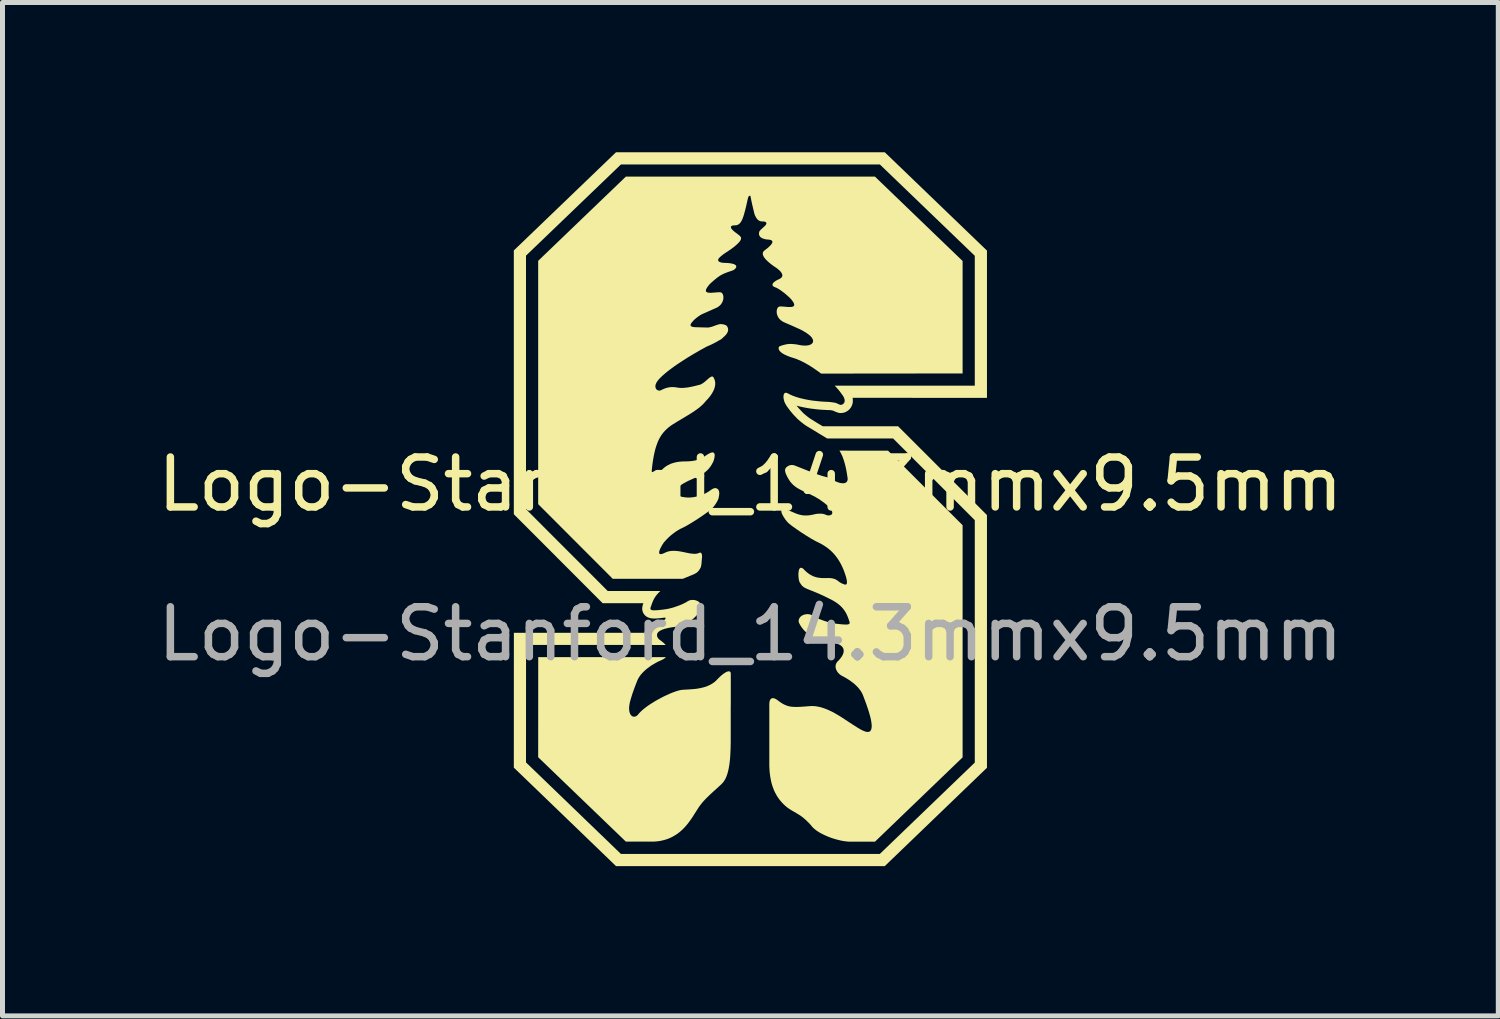
<source format=kicad_pcb>
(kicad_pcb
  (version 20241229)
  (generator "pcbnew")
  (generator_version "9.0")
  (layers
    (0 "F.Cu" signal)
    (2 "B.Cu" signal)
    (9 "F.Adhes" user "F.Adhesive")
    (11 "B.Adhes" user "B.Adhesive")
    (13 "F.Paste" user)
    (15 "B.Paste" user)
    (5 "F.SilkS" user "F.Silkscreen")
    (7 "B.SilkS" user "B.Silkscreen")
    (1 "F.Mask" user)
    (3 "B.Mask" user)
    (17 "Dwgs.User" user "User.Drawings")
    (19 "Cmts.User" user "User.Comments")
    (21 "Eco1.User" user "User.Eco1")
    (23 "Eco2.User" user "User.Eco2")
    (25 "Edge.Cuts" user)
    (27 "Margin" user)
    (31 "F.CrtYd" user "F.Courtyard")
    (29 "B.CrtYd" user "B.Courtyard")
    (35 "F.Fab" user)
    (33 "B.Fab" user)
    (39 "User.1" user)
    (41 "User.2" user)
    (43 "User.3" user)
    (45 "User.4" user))
  (footprint "Logo-Stanford_14.3mmx9.5mm"
    (layer "F.Cu")
    (at 11.982 7.15)
    (property "Reference" "Logo-Stanford_14.3mmx9.5mm" (at 0 -0.5 0) (unlocked yes) (layer "F.SilkS") (effects (font (size 1 1) (thickness 0.15))))
    (fp_poly (pts (xy -1.695 2.967) (xy -1.698 2.971) (xy -1.705 2.976) (xy -1.712 2.982) (xy -1.718 2.987) (xy -1.725 2.992) (xy -1.731 2.996) (xy -1.737 3) (xy -1.743 3.003) (xy -1.748 3.007) (xy -1.753 3.009) (xy -1.761 3.013) (xy -1.768 3.017) (xy -1.831 3.045) (xy -1.898 3.08) (xy -1.937 3.103) (xy -1.979 3.128) (xy -2.021 3.157) (xy -2.064 3.189) (xy -2.106 3.224) (xy -2.146 3.262) (xy -2.165 3.282) (xy -2.183 3.302) (xy -2.201 3.324) (xy -2.217 3.346) (xy -2.232 3.369) (xy -2.246 3.392) (xy -2.258 3.416) (xy -2.269 3.441) (xy -2.296 3.511) (xy -2.321 3.577) (xy -2.343 3.638) (xy -2.363 3.695) (xy -2.38 3.749) (xy -2.395 3.799) (xy -2.408 3.845) (xy -2.419 3.887) (xy -2.417 3.887) (xy -2.422 3.909) (xy -2.425 3.93) (xy -2.428 3.951) (xy -2.429 3.97) (xy -2.43 3.989) (xy -2.43 4.007) (xy -2.428 4.024) (xy -2.426 4.039) (xy -2.424 4.054) (xy -2.42 4.069) (xy -2.416 4.082) (xy -2.411 4.094) (xy -2.406 4.105) (xy -2.4 4.115) (xy -2.393 4.124) (xy -2.386 4.132) (xy -2.379 4.139) (xy -2.371 4.145) (xy -2.363 4.149) (xy -2.354 4.153) (xy -2.345 4.156) (xy -2.336 4.157) (xy -2.327 4.157) (xy -2.318 4.156) (xy -2.308 4.154) (xy -2.299 4.151) (xy -2.289 4.146) (xy -2.28 4.141) (xy -2.27 4.134) (xy -2.261 4.126) (xy -2.252 4.116) (xy -2.243 4.105) (xy -2.21 4.068) (xy -2.169 4.029) (xy -2.121 3.989) (xy -2.068 3.949) (xy -2.01 3.909) (xy -1.948 3.87) (xy -1.884 3.831) (xy -1.818 3.795) (xy -1.752 3.76) (xy -1.687 3.729) (xy -1.624 3.7) (xy -1.563 3.675) (xy -1.506 3.654) (xy -1.454 3.637) (xy -1.408 3.625) (xy -1.37 3.619) (xy -1.209 3.609) (xy -1.117 3.602) (xy -1.07 3.596) (xy -1.022 3.588) (xy -0.975 3.578) (xy -0.927 3.566) (xy -0.88 3.551) (xy -0.835 3.532) (xy -0.812 3.521) (xy -0.791 3.51) (xy -0.769 3.497) (xy -0.748 3.483) (xy -0.728 3.469) (xy -0.708 3.453) (xy -0.689 3.436) (xy -0.671 3.417) (xy -0.653 3.399) (xy -0.636 3.382) (xy -0.62 3.366) (xy -0.604 3.351) (xy -0.589 3.337) (xy -0.574 3.325) (xy -0.56 3.313) (xy -0.547 3.303) (xy -0.534 3.293) (xy -0.522 3.285) (xy -0.51 3.277) (xy -0.499 3.271) (xy -0.488 3.265) (xy -0.479 3.26) (xy -0.469 3.256) (xy -0.46 3.253) (xy -0.452 3.251) (xy -0.444 3.249) (xy -0.437 3.248) (xy -0.434 3.248) (xy -0.43 3.248) (xy -0.427 3.248) (xy -0.424 3.249) (xy -0.421 3.249) (xy -0.419 3.25) (xy -0.416 3.251) (xy -0.414 3.252) (xy -0.412 3.253) (xy -0.409 3.255) (xy -0.407 3.256) (xy -0.405 3.258) (xy -0.404 3.26) (xy -0.402 3.262) (xy -0.401 3.264) (xy -0.399 3.266) (xy -0.397 3.271) (xy -0.395 3.276) (xy -0.394 3.282) (xy -0.393 3.288) (xy -0.393 3.295) (xy -0.393 3.614) (xy -0.393 3.623) (xy -0.393 3.631) (xy -0.393 3.638) (xy -0.393 3.64) (xy -0.393 3.642) (xy -0.393 3.76) (xy -0.393 3.761) (xy -0.393 3.937) (xy -0.394 3.93) (xy -0.394 4.67) (xy -0.397 4.802) (xy -0.4 4.866) (xy -0.403 4.929) (xy -0.407 4.991) (xy -0.413 5.05) (xy -0.42 5.108) (xy -0.429 5.163) (xy -0.439 5.216) (xy -0.451 5.266) (xy -0.465 5.313) (xy -0.481 5.357) (xy -0.499 5.397) (xy -0.509 5.416) (xy -0.52 5.434) (xy -0.531 5.451) (xy -0.543 5.467) (xy -0.555 5.482) (xy -0.568 5.496) (xy -0.623 5.549) (xy -0.683 5.603) (xy -0.746 5.66) (xy -0.81 5.719) (xy -0.842 5.75) (xy -0.874 5.781) (xy -0.905 5.813) (xy -0.935 5.845) (xy -0.964 5.878) (xy -0.991 5.912) (xy -1.017 5.946) (xy -1.041 5.981) (xy -1.173 6.188) (xy -1.212 6.243) (xy -1.253 6.298) (xy -1.298 6.352) (xy -1.347 6.404) (xy -1.4 6.453) (xy -1.429 6.476) (xy -1.458 6.499) (xy -1.489 6.52) (xy -1.522 6.54) (xy -1.555 6.559) (xy -1.59 6.577) (xy -1.627 6.593) (xy -1.665 6.608) (xy -1.705 6.621) (xy -1.747 6.632) (xy -1.79 6.642) (xy -1.835 6.65) (xy -1.882 6.655) (xy -1.931 6.659) (xy -2.495 6.659) (xy -4.251 4.969) (xy -4.25 2.964) (xy -2.026 2.964) (xy -2.026 2.964) (xy -2.026 2.964) (xy -2.026 2.964) (xy -2.026 2.964) (xy -1.691 2.964)) (stroke (width 0) (type solid)) (fill yes) (layer "F.SilkS"))
    (fp_poly (pts (xy 4.739 -5.18) (xy 4.739 -5.18) (xy 4.739 -2.23) (xy 2.047 -2.231) (xy 2.049 -2.217) (xy 2.051 -2.203) (xy 2.052 -2.19) (xy 2.052 -2.177) (xy 2.052 -2.165) (xy 2.051 -2.153) (xy 2.05 -2.142) (xy 2.049 -2.131) (xy 2.047 -2.121) (xy 2.045 -2.111) (xy 2.042 -2.102) (xy 2.04 -2.094) (xy 2.037 -2.086) (xy 2.034 -2.079) (xy 2.031 -2.072) (xy 2.029 -2.067) (xy 2.021 -2.051) (xy 2.012 -2.036) (xy 2.002 -2.022) (xy 1.991 -2.009) (xy 1.979 -1.996) (xy 1.967 -1.985) (xy 1.953 -1.974) (xy 1.939 -1.964) (xy 1.925 -1.956) (xy 1.91 -1.948) (xy 1.894 -1.941) (xy 1.878 -1.936) (xy 1.862 -1.932) (xy 1.845 -1.929) (xy 1.828 -1.927) (xy 1.81 -1.926) (xy 1.804 -1.926) (xy 1.798 -1.926) (xy 1.792 -1.927) (xy 1.786 -1.927) (xy 1.78 -1.928) (xy 1.775 -1.929) (xy 1.769 -1.93) (xy 1.763 -1.931) (xy 1.699 -1.954) (xy 1.689 -1.959) (xy 1.679 -1.964) (xy 1.668 -1.968) (xy 1.663 -1.971) (xy 1.657 -1.973) (xy 1.651 -1.975) (xy 1.644 -1.977) (xy 1.637 -1.978) (xy 1.628 -1.98) (xy 1.62 -1.981) (xy 1.61 -1.983) (xy 1.6 -1.984) (xy 1.589 -1.985) (xy 1.579 -1.986) (xy 1.567 -1.986) (xy 1.561 -1.986) (xy 1.555 -1.986) (xy 1.54 -1.986) (xy 1.488 -1.989) (xy 1.425 -1.992) (xy 1.354 -1.998) (xy 1.275 -2.007) (xy 1.191 -2.018) (xy 1.103 -2.033) (xy 1.014 -2.051) (xy 0.97 -2.062) (xy 0.925 -2.074) (xy 0.936 -2.061) (xy 0.947 -2.047) (xy 0.959 -2.033) (xy 0.971 -2.019) (xy 0.984 -2.005) (xy 0.998 -1.99) (xy 1.012 -1.975) (xy 1.027 -1.96) (xy 1.032 -1.954) (xy 1.04 -1.945) (xy 1.049 -1.936) (xy 1.059 -1.926) (xy 1.069 -1.917) (xy 1.079 -1.907) (xy 1.091 -1.898) (xy 1.102 -1.888) (xy 1.115 -1.878) (xy 1.129 -1.866) (xy 1.144 -1.854) (xy 1.158 -1.844) (xy 1.171 -1.833) (xy 1.185 -1.824) (xy 1.198 -1.815) (xy 1.21 -1.806) (xy 1.223 -1.798) (xy 1.227 -1.797) (xy 1.25 -1.783) (xy 1.274 -1.767) (xy 1.298 -1.752) (xy 1.347 -1.722) (xy 1.397 -1.692) (xy 1.448 -1.662) (xy 1.448 -1.662) (xy 1.448 -1.662) (xy 1.448 -1.662) (xy 1.448 -1.662) (xy 1.448 -1.662) (xy 1.448 -1.662) (xy 1.448 -1.662) (xy 1.448 -1.662) (xy 1.449 -1.661) (xy 1.449 -1.661) (xy 1.45 -1.661) (xy 2.959 -1.661) (xy 4.739 0.118) (xy 4.739 5.18) (xy 2.692 7.15) (xy -2.692 7.15) (xy -4.739 5.177) (xy -4.739 5.073) (xy -4.495 5.073) (xy -2.594 6.906) (xy 2.593 6.906) (xy 4.495 5.076) (xy 4.495 0.22) (xy 2.858 -1.417) (xy 1.536 -1.417) (xy 1.159 -1.646) (xy 1.159 -1.646) (xy 1.159 -1.646) (xy 1.159 -1.646) (xy 1.159 -1.646) (xy 1.159 -1.646) (xy 1.158 -1.646) (xy 1.158 -1.646) (xy 1.158 -1.646) (xy 1.158 -1.646) (xy 1.158 -1.646) (xy 1.158 -1.646) (xy 1.158 -1.646) (xy 1.158 -1.646) (xy 1.139 -1.657) (xy 1.121 -1.669) (xy 1.102 -1.681) (xy 1.084 -1.694) (xy 1.066 -1.707) (xy 1.048 -1.721) (xy 1.03 -1.735) (xy 1.013 -1.749) (xy 0.998 -1.761) (xy 0.984 -1.773) (xy 0.971 -1.785) (xy 0.957 -1.797) (xy 0.945 -1.808) (xy 0.932 -1.82) (xy 0.921 -1.832) (xy 0.91 -1.845) (xy 0.888 -1.866) (xy 0.868 -1.888) (xy 0.848 -1.91) (xy 0.83 -1.932) (xy 0.812 -1.953) (xy 0.795 -1.974) (xy 0.779 -1.995) (xy 0.764 -2.015) (xy 0.75 -2.034) (xy 0.737 -2.052) (xy 0.725 -2.07) (xy 0.715 -2.086) (xy 0.706 -2.102) (xy 0.698 -2.116) (xy 0.692 -2.128) (xy 0.687 -2.14) (xy 0.683 -2.149) (xy 0.679 -2.159) (xy 0.676 -2.169) (xy 0.673 -2.179) (xy 0.671 -2.189) (xy 0.669 -2.199) (xy 0.667 -2.209) (xy 0.665 -2.219) (xy 0.664 -2.229) (xy 0.663 -2.238) (xy 0.663 -2.247) (xy 0.663 -2.256) (xy 0.663 -2.265) (xy 0.664 -2.273) (xy 0.665 -2.281) (xy 0.667 -2.289) (xy 0.668 -2.296) (xy 0.671 -2.302) (xy 0.674 -2.308) (xy 0.677 -2.314) (xy 0.68 -2.319) (xy 0.684 -2.323) (xy 0.689 -2.326) (xy 0.694 -2.329) (xy 0.699 -2.331) (xy 0.705 -2.332) (xy 0.711 -2.332) (xy 0.718 -2.332) (xy 0.725 -2.33) (xy 0.733 -2.328) (xy 0.741 -2.324) (xy 0.75 -2.32) (xy 0.798 -2.295) (xy 0.848 -2.273) (xy 0.901 -2.253) (xy 0.956 -2.236) (xy 1.013 -2.22) (xy 1.07 -2.207) (xy 1.127 -2.195) (xy 1.183 -2.185) (xy 1.239 -2.176) (xy 1.293 -2.17) (xy 1.393 -2.159) (xy 1.478 -2.153) (xy 1.545 -2.15) (xy 1.556 -2.15) (xy 1.574 -2.148) (xy 1.598 -2.146) (xy 1.624 -2.143) (xy 1.65 -2.139) (xy 1.675 -2.136) (xy 1.696 -2.132) (xy 1.704 -2.13) (xy 1.711 -2.128) (xy 1.723 -2.124) (xy 1.735 -2.118) (xy 1.748 -2.113) (xy 1.76 -2.107) (xy 1.787 -2.095) (xy 1.793 -2.093) (xy 1.799 -2.091) (xy 1.805 -2.09) (xy 1.811 -2.09) (xy 1.818 -2.091) (xy 1.824 -2.092) (xy 1.831 -2.093) (xy 1.837 -2.095) (xy 1.843 -2.098) (xy 1.849 -2.101) (xy 1.855 -2.105) (xy 1.86 -2.11) (xy 1.866 -2.115) (xy 1.87 -2.12) (xy 1.875 -2.126) (xy 1.879 -2.133) (xy 1.882 -2.14) (xy 1.885 -2.147) (xy 1.887 -2.155) (xy 1.888 -2.164) (xy 1.889 -2.173) (xy 1.888 -2.182) (xy 1.887 -2.192) (xy 1.885 -2.203) (xy 1.882 -2.214) (xy 1.879 -2.225) (xy 1.873 -2.237) (xy 1.867 -2.249) (xy 1.86 -2.262) (xy 1.852 -2.275) (xy 1.842 -2.289) (xy 1.831 -2.303) (xy 1.817 -2.323) (xy 1.803 -2.343) (xy 1.787 -2.364) (xy 1.769 -2.385) (xy 1.751 -2.407) (xy 1.731 -2.429) (xy 1.711 -2.452) (xy 1.689 -2.474) (xy 4.495 -2.474) (xy 4.495 -5.076) (xy 2.593 -6.906) (xy -2.593 -6.906) (xy -4.495 -5.079) (xy -4.495 0.000074) (xy -2.858 1.639) (xy -1.803 1.639) (xy -1.814 1.649) (xy -1.824 1.659) (xy -1.843 1.678) (xy -1.861 1.698) (xy -1.877 1.717) (xy -1.892 1.736) (xy -1.905 1.755) (xy -1.917 1.773) (xy -1.927 1.791) (xy -1.936 1.808) (xy -1.945 1.825) (xy -1.952 1.841) (xy -1.958 1.856) (xy -1.969 1.883) (xy -1.977 1.905) (xy -1.991 1.945) (xy -1.997 1.961) (xy -2.001 1.976) (xy -2.003 1.989) (xy -2.003 1.995) (xy -2.001 2) (xy -1.999 2.005) (xy -1.997 2.009) (xy -1.992 2.013) (xy -1.987 2.016) (xy -1.981 2.019) (xy -1.973 2.022) (xy -1.954 2.025) (xy -1.928 2.026) (xy -1.896 2.025) (xy -1.857 2.023) (xy -1.81 2.018) (xy -1.754 2.012) (xy -1.69 2.003) (xy -1.667 1.999) (xy -1.641 1.994) (xy -1.615 1.988) (xy -1.587 1.981) (xy -1.558 1.973) (xy -1.528 1.964) (xy -1.467 1.943) (xy -1.437 1.932) (xy -1.408 1.921) (xy -1.379 1.909) (xy -1.351 1.896) (xy -1.325 1.884) (xy -1.3 1.871) (xy -1.278 1.858) (xy -1.258 1.846) (xy -1.248 1.84) (xy -1.238 1.835) (xy -1.228 1.83) (xy -1.217 1.826) (xy -1.206 1.823) (xy -1.195 1.821) (xy -1.183 1.819) (xy -1.171 1.818) (xy -1.159 1.818) (xy -1.147 1.818) (xy -1.135 1.819) (xy -1.123 1.82) (xy -1.111 1.822) (xy -1.1 1.825) (xy -1.088 1.829) (xy -1.077 1.833) (xy -1.066 1.837) (xy -1.055 1.843) (xy -1.045 1.848) (xy -1.036 1.855) (xy -1.027 1.862) (xy -1.019 1.869) (xy -1.011 1.878) (xy -1.004 1.886) (xy -0.998 1.896) (xy -0.993 1.906) (xy -0.988 1.916) (xy -0.985 1.927) (xy -0.983 1.939) (xy -0.981 1.951) (xy -0.981 1.964) (xy -0.982 1.977) (xy -0.991 1.997) (xy -1.001 2.017) (xy -1.023 2.055) (xy -1.048 2.091) (xy -1.075 2.125) (xy -1.105 2.157) (xy -1.137 2.187) (xy -1.171 2.215) (xy -1.207 2.241) (xy -1.245 2.264) (xy -1.283 2.285) (xy -1.323 2.304) (xy -1.364 2.32) (xy -1.405 2.334) (xy -1.447 2.345) (xy -1.489 2.354) (xy -1.532 2.361) (xy -1.578 2.367) (xy -1.62 2.374) (xy -1.658 2.382) (xy -1.692 2.39) (xy -1.722 2.398) (xy -1.749 2.408) (xy -1.773 2.417) (xy -1.794 2.427) (xy -1.812 2.437) (xy -1.827 2.447) (xy -1.84 2.458) (xy -1.85 2.468) (xy -1.858 2.479) (xy -1.864 2.489) (xy -1.868 2.5) (xy -1.871 2.51) (xy -1.871 2.521) (xy -1.871 2.53) (xy -1.869 2.54) (xy -1.867 2.549) (xy -1.864 2.558) (xy -1.86 2.567) (xy -1.855 2.575) (xy -1.85 2.582) (xy -1.841 2.595) (xy -1.832 2.604) (xy -1.824 2.612) (xy -1.813 2.62) (xy -1.803 2.627) (xy -1.794 2.634) (xy -1.784 2.641) (xy -1.775 2.648) (xy -1.766 2.655) (xy -1.758 2.662) (xy -1.75 2.668) (xy -1.742 2.675) (xy -1.735 2.682) (xy -1.728 2.688) (xy -1.721 2.695) (xy -1.715 2.701) (xy -1.709 2.708) (xy -1.703 2.714) (xy -1.697 2.721) (xy -1.948 2.721) (xy -1.948 2.721) (xy -1.948 2.721) (xy -1.948 2.72) (xy -1.948 2.72) (xy -1.948 2.72) (xy -1.948 2.72) (xy -1.948 2.72) (xy -1.948 2.72) (xy -1.948 2.72) (xy -1.948 2.72) (xy -1.948 2.72) (xy -1.948 2.72) (xy -1.948 2.72) (xy -1.948 2.72) (xy -1.948 2.72) (xy -1.948 2.72) (xy -1.948 2.72) (xy -1.948 2.72) (xy -4.494 2.72) (xy -4.495 5.073) (xy -4.739 5.073) (xy -4.738 2.476) (xy -2.03 2.476) (xy -2.028 2.465) (xy -2.028 2.462) (xy -2.027 2.459) (xy -2.026 2.456) (xy -2.026 2.454) (xy -2.022 2.444) (xy -2.019 2.434) (xy -2.015 2.425) (xy -2.011 2.416) (xy -2.002 2.399) (xy -1.991 2.383) (xy -1.979 2.367) (xy -1.967 2.353) (xy -1.953 2.339) (xy -1.938 2.326) (xy -1.922 2.314) (xy -1.906 2.303) (xy -1.889 2.292) (xy -1.871 2.282) (xy -1.852 2.273) (xy -1.833 2.265) (xy -1.814 2.257) (xy -1.794 2.249) (xy -1.782 2.246) (xy -1.771 2.242) (xy -1.762 2.238) (xy -1.753 2.234) (xy -1.745 2.23) (xy -1.737 2.227) (xy -1.731 2.223) (xy -1.725 2.22) (xy -1.72 2.216) (xy -1.716 2.213) (xy -1.712 2.209) (xy -1.709 2.206) (xy -1.706 2.203) (xy -1.704 2.2) (xy -1.702 2.197) (xy -1.701 2.195) (xy -1.7 2.192) (xy -1.7 2.189) (xy -1.7 2.187) (xy -1.7 2.185) (xy -1.7 2.183) (xy -1.7 2.181) (xy -1.701 2.179) (xy -1.702 2.177) (xy -1.702 2.176) (xy -1.703 2.175) (xy -1.705 2.173) (xy -1.706 2.171) (xy -1.706 2.171) (xy -1.706 2.171) (xy -1.706 2.171) (xy -1.707 2.171) (xy -1.707 2.171) (xy -1.707 2.171) (xy -1.707 2.171) (xy -1.744 2.175) (xy -1.777 2.179) (xy -1.808 2.183) (xy -1.836 2.185) (xy -1.861 2.187) (xy -1.884 2.189) (xy -1.905 2.19) (xy -1.924 2.19) (xy -1.942 2.19) (xy -1.965 2.188) (xy -1.978 2.187) (xy -1.992 2.185) (xy -2.006 2.182) (xy -2.02 2.179) (xy -2.035 2.174) (xy -2.05 2.168) (xy -2.065 2.161) (xy -2.072 2.157) (xy -2.08 2.152) (xy -2.087 2.147) (xy -2.094 2.142) (xy -2.101 2.136) (xy -2.108 2.13) (xy -2.114 2.123) (xy -2.121 2.116) (xy -2.127 2.109) (xy -2.133 2.101) (xy -2.138 2.093) (xy -2.142 2.085) (xy -2.147 2.078) (xy -2.15 2.07) (xy -2.153 2.063) (xy -2.156 2.055) (xy -2.159 2.047) (xy -2.161 2.04) (xy -2.163 2.032) (xy -2.164 2.025) (xy -2.165 2.018) (xy -2.166 2.01) (xy -2.167 1.996) (xy -2.167 1.981) (xy -2.165 1.967) (xy -2.164 1.954) (xy -2.161 1.941) (xy -2.158 1.928) (xy -2.155 1.916) (xy -2.151 1.904) (xy -2.143 1.883) (xy -2.96 1.883) (xy -4.739 0.101) (xy -4.739 -5.183) (xy -2.692 -7.15) (xy 2.692 -7.15)) (stroke (width 0) (type solid)) (fill yes) (layer "F.SilkS"))
    (fp_poly (pts (xy 2.757 -1.172) (xy 4.251 0.321) (xy 4.251 4.972) (xy 2.495 6.661) (xy 2.002 6.661) (xy 1.952 6.659) (xy 1.9 6.653) (xy 1.846 6.645) (xy 1.791 6.633) (xy 1.735 6.619) (xy 1.679 6.603) (xy 1.623 6.585) (xy 1.569 6.565) (xy 1.516 6.543) (xy 1.465 6.519) (xy 1.418 6.495) (xy 1.373 6.47) (xy 1.333 6.444) (xy 1.297 6.417) (xy 1.266 6.391) (xy 1.252 6.377) (xy 1.24 6.364) (xy 1.217 6.336) (xy 1.194 6.31) (xy 1.171 6.286) (xy 1.149 6.264) (xy 1.128 6.243) (xy 1.108 6.224) (xy 1.087 6.206) (xy 1.068 6.189) (xy 1.03 6.159) (xy 0.993 6.133) (xy 0.958 6.111) (xy 0.924 6.09) (xy 0.858 6.052) (xy 0.826 6.034) (xy 0.795 6.014) (xy 0.763 5.993) (xy 0.73 5.969) (xy 0.697 5.941) (xy 0.681 5.926) (xy 0.664 5.91) (xy 0.624 5.868) (xy 0.588 5.825) (xy 0.556 5.781) (xy 0.527 5.736) (xy 0.502 5.691) (xy 0.479 5.645) (xy 0.46 5.598) (xy 0.443 5.551) (xy 0.428 5.503) (xy 0.416 5.454) (xy 0.406 5.405) (xy 0.397 5.355) (xy 0.391 5.305) (xy 0.385 5.255) (xy 0.382 5.204) (xy 0.379 5.153) (xy 0.379 3.93) (xy 0.378 3.919) (xy 0.378 3.908) (xy 0.379 3.894) (xy 0.38 3.877) (xy 0.383 3.86) (xy 0.387 3.842) (xy 0.39 3.833) (xy 0.394 3.825) (xy 0.398 3.817) (xy 0.402 3.81) (xy 0.408 3.804) (xy 0.414 3.798) (xy 0.42 3.793) (xy 0.428 3.789) (xy 0.436 3.787) (xy 0.445 3.785) (xy 0.455 3.786) (xy 0.467 3.787) (xy 0.479 3.79) (xy 0.492 3.795) (xy 0.506 3.802) (xy 0.522 3.811) (xy 0.538 3.822) (xy 0.556 3.835) (xy 0.592 3.862) (xy 0.626 3.885) (xy 0.659 3.904) (xy 0.692 3.92) (xy 0.724 3.933) (xy 0.756 3.944) (xy 0.79 3.952) (xy 0.824 3.957) (xy 0.86 3.96) (xy 0.898 3.962) (xy 0.938 3.962) (xy 0.982 3.96) (xy 1.079 3.954) (xy 1.193 3.945) (xy 1.224 3.943) (xy 1.256 3.944) (xy 1.287 3.946) (xy 1.318 3.949) (xy 1.35 3.955) (xy 1.381 3.961) (xy 1.413 3.969) (xy 1.444 3.978) (xy 1.507 4) (xy 1.568 4.026) (xy 1.629 4.054) (xy 1.688 4.086) (xy 1.746 4.119) (xy 1.801 4.152) (xy 1.906 4.22) (xy 1.999 4.282) (xy 2.078 4.333) (xy 2.156 4.382) (xy 2.199 4.407) (xy 2.242 4.43) (xy 2.284 4.448) (xy 2.323 4.46) (xy 2.341 4.462) (xy 2.358 4.462) (xy 2.374 4.46) (xy 2.388 4.454) (xy 2.4 4.445) (xy 2.411 4.432) (xy 2.419 4.415) (xy 2.425 4.395) (xy 2.429 4.37) (xy 2.43 4.34) (xy 2.428 4.305) (xy 2.423 4.265) (xy 2.415 4.22) (xy 2.404 4.169) (xy 2.37 4.048) (xy 2.321 3.902) (xy 2.255 3.726) (xy 2.247 3.708) (xy 2.239 3.69) (xy 2.23 3.673) (xy 2.219 3.656) (xy 2.209 3.639) (xy 2.197 3.623) (xy 2.172 3.591) (xy 2.146 3.561) (xy 2.117 3.532) (xy 2.088 3.505) (xy 2.057 3.48) (xy 2.026 3.456) (xy 1.995 3.433) (xy 1.964 3.413) (xy 1.934 3.394) (xy 1.905 3.377) (xy 1.877 3.361) (xy 1.828 3.335) (xy 1.813 3.327) (xy 1.799 3.316) (xy 1.784 3.304) (xy 1.77 3.29) (xy 1.756 3.275) (xy 1.743 3.258) (xy 1.732 3.24) (xy 1.727 3.23) (xy 1.722 3.22) (xy 1.718 3.211) (xy 1.714 3.2) (xy 1.711 3.19) (xy 1.709 3.18) (xy 1.707 3.169) (xy 1.706 3.159) (xy 1.706 3.148) (xy 1.707 3.137) (xy 1.708 3.126) (xy 1.711 3.115) (xy 1.714 3.104) (xy 1.718 3.093) (xy 1.724 3.083) (xy 1.73 3.072) (xy 1.738 3.061) (xy 1.746 3.05) (xy 1.755 3.043) (xy 1.776 3.021) (xy 1.789 3.006) (xy 1.803 2.989) (xy 1.818 2.969) (xy 1.832 2.948) (xy 1.845 2.925) (xy 1.851 2.913) (xy 1.856 2.901) (xy 1.86 2.889) (xy 1.864 2.877) (xy 1.867 2.864) (xy 1.868 2.852) (xy 1.869 2.839) (xy 1.869 2.827) (xy 1.867 2.814) (xy 1.864 2.802) (xy 1.86 2.79) (xy 1.854 2.778) (xy 1.846 2.766) (xy 1.837 2.755) (xy 1.83 2.747) (xy 1.821 2.739) (xy 1.811 2.731) (xy 1.8 2.723) (xy 1.787 2.716) (xy 1.772 2.708) (xy 1.756 2.701) (xy 1.737 2.693) (xy 1.717 2.686) (xy 1.695 2.68) (xy 1.671 2.673) (xy 1.645 2.667) (xy 1.617 2.661) (xy 1.586 2.656) (xy 1.553 2.651) (xy 1.518 2.646) (xy 1.475 2.639) (xy 1.433 2.63) (xy 1.391 2.619) (xy 1.35 2.605) (xy 1.309 2.589) (xy 1.269 2.57) (xy 1.23 2.549) (xy 1.193 2.526) (xy 1.157 2.5) (xy 1.14 2.486) (xy 1.123 2.472) (xy 1.107 2.458) (xy 1.091 2.442) (xy 1.075 2.427) (xy 1.061 2.41) (xy 1.047 2.393) (xy 1.033 2.376) (xy 1.021 2.358) (xy 1.009 2.34) (xy 0.997 2.321) (xy 0.987 2.302) (xy 0.977 2.282) (xy 0.968 2.262) (xy 0.967 2.249) (xy 0.967 2.236) (xy 0.968 2.224) (xy 0.971 2.212) (xy 0.974 2.201) (xy 0.979 2.191) (xy 0.984 2.181) (xy 0.99 2.171) (xy 0.997 2.163) (xy 1.004 2.155) (xy 1.013 2.147) (xy 1.022 2.14) (xy 1.031 2.133) (xy 1.041 2.128) (xy 1.052 2.122) (xy 1.063 2.118) (xy 1.074 2.114) (xy 1.085 2.11) (xy 1.097 2.108) (xy 1.109 2.105) (xy 1.121 2.104) (xy 1.133 2.103) (xy 1.145 2.103) (xy 1.157 2.103) (xy 1.169 2.104) (xy 1.18 2.106) (xy 1.192 2.109) (xy 1.203 2.112) (xy 1.214 2.115) (xy 1.224 2.12) (xy 1.234 2.125) (xy 1.244 2.131) (xy 1.264 2.143) (xy 1.286 2.156) (xy 1.311 2.169) (xy 1.337 2.181) (xy 1.365 2.194) (xy 1.393 2.206) (xy 1.453 2.228) (xy 1.514 2.249) (xy 1.572 2.266) (xy 1.601 2.273) (xy 1.627 2.279) (xy 1.652 2.284) (xy 1.676 2.288) (xy 1.74 2.297) (xy 1.796 2.303) (xy 1.843 2.308) (xy 1.864 2.309) (xy 1.882 2.31) (xy 1.899 2.311) (xy 1.914 2.311) (xy 1.928 2.311) (xy 1.94 2.31) (xy 1.95 2.308) (xy 1.959 2.307) (xy 1.967 2.304) (xy 1.973 2.301) (xy 1.978 2.298) (xy 1.982 2.294) (xy 1.985 2.29) (xy 1.987 2.285) (xy 1.988 2.28) (xy 1.989 2.274) (xy 1.988 2.268) (xy 1.987 2.261) (xy 1.985 2.254) (xy 1.983 2.247) (xy 1.977 2.23) (xy 1.963 2.19) (xy 1.951 2.159) (xy 1.944 2.141) (xy 1.935 2.121) (xy 1.925 2.099) (xy 1.913 2.076) (xy 1.898 2.052) (xy 1.882 2.027) (xy 1.863 2.002) (xy 1.841 1.976) (xy 1.816 1.949) (xy 1.788 1.923) (xy 1.772 1.91) (xy 1.756 1.897) (xy 1.739 1.884) (xy 1.721 1.872) (xy 1.702 1.859) (xy 1.682 1.847) (xy 1.661 1.834) (xy 1.639 1.822) (xy 1.592 1.798) (xy 1.548 1.776) (xy 1.507 1.756) (xy 1.468 1.737) (xy 1.431 1.72) (xy 1.397 1.705) (xy 1.334 1.677) (xy 1.279 1.654) (xy 1.231 1.635) (xy 1.153 1.604) (xy 1.121 1.59) (xy 1.108 1.583) (xy 1.094 1.577) (xy 1.082 1.57) (xy 1.071 1.563) (xy 1.06 1.555) (xy 1.05 1.547) (xy 1.041 1.539) (xy 1.032 1.529) (xy 1.023 1.519) (xy 1.015 1.508) (xy 1.007 1.496) (xy 0.999 1.483) (xy 0.99 1.469) (xy 0.982 1.453) (xy 0.978 1.441) (xy 0.973 1.424) (xy 0.969 1.403) (xy 0.966 1.378) (xy 0.963 1.352) (xy 0.962 1.324) (xy 0.962 1.296) (xy 0.964 1.269) (xy 0.967 1.243) (xy 0.969 1.232) (xy 0.972 1.22) (xy 0.975 1.21) (xy 0.979 1.201) (xy 0.984 1.193) (xy 0.989 1.186) (xy 0.994 1.181) (xy 1.001 1.177) (xy 1.008 1.174) (xy 1.016 1.174) (xy 1.024 1.175) (xy 1.034 1.178) (xy 1.044 1.183) (xy 1.055 1.191) (xy 1.056 1.192) (xy 1.057 1.192) (xy 1.057 1.192) (xy 1.057 1.192) (xy 1.058 1.193) (xy 1.058 1.193) (xy 1.058 1.193) (xy 1.058 1.193) (xy 1.059 1.193) (xy 1.059 1.193) (xy 1.059 1.193) (xy 1.077 1.213) (xy 1.087 1.223) (xy 1.097 1.233) (xy 1.108 1.243) (xy 1.119 1.253) (xy 1.125 1.258) (xy 1.131 1.263) (xy 1.137 1.268) (xy 1.143 1.273) (xy 1.166 1.29) (xy 1.189 1.306) (xy 1.212 1.319) (xy 1.235 1.331) (xy 1.257 1.342) (xy 1.28 1.351) (xy 1.303 1.358) (xy 1.327 1.365) (xy 1.351 1.37) (xy 1.376 1.374) (xy 1.401 1.377) (xy 1.428 1.379) (xy 1.456 1.38) (xy 1.485 1.38) (xy 1.549 1.38) (xy 1.565 1.379) (xy 1.581 1.38) (xy 1.595 1.38) (xy 1.609 1.382) (xy 1.622 1.383) (xy 1.634 1.385) (xy 1.645 1.387) (xy 1.656 1.389) (xy 1.667 1.392) (xy 1.676 1.395) (xy 1.685 1.398) (xy 1.694 1.401) (xy 1.702 1.405) (xy 1.71 1.409) (xy 1.717 1.413) (xy 1.724 1.417) (xy 1.731 1.421) (xy 1.737 1.425) (xy 1.749 1.433) (xy 1.772 1.451) (xy 1.783 1.459) (xy 1.795 1.467) (xy 1.8 1.471) (xy 1.807 1.474) (xy 1.813 1.478) (xy 1.819 1.481) (xy 1.847 1.494) (xy 1.861 1.5) (xy 1.875 1.505) (xy 1.888 1.509) (xy 1.9 1.511) (xy 1.905 1.511) (xy 1.91 1.51) (xy 1.915 1.508) (xy 1.919 1.506) (xy 1.923 1.503) (xy 1.927 1.499) (xy 1.929 1.494) (xy 1.932 1.487) (xy 1.933 1.48) (xy 1.934 1.471) (xy 1.934 1.462) (xy 1.934 1.45) (xy 1.933 1.438) (xy 1.931 1.424) (xy 1.928 1.408) (xy 1.924 1.391) (xy 1.914 1.352) (xy 1.899 1.305) (xy 1.881 1.253) (xy 1.861 1.202) (xy 1.839 1.152) (xy 1.816 1.104) (xy 1.79 1.058) (xy 1.763 1.013) (xy 1.733 0.97) (xy 1.701 0.928) (xy 1.667 0.888) (xy 1.63 0.85) (xy 1.59 0.814) (xy 1.548 0.779) (xy 1.502 0.747) (xy 1.454 0.716) (xy 1.403 0.687) (xy 1.348 0.66) (xy 1.319 0.646) (xy 1.285 0.628) (xy 1.204 0.582) (xy 1.114 0.526) (xy 1.019 0.465) (xy 0.928 0.403) (xy 0.846 0.345) (xy 0.812 0.319) (xy 0.782 0.295) (xy 0.758 0.274) (xy 0.741 0.257) (xy 0.741 0.257) (xy 0.728 0.241) (xy 0.713 0.223) (xy 0.697 0.202) (xy 0.682 0.179) (xy 0.667 0.156) (xy 0.653 0.132) (xy 0.64 0.108) (xy 0.635 0.096) (xy 0.63 0.085) (xy 0.626 0.074) (xy 0.623 0.064) (xy 0.621 0.054) (xy 0.62 0.044) (xy 0.62 0.035) (xy 0.62 0.028) (xy 0.622 0.02) (xy 0.626 0.014) (xy 0.631 0.009) (xy 0.637 0.005) (xy 0.644 0.002) (xy 0.654 -0.0003) (xy 0.664 -0.001) (xy 0.677 -0.000062) (xy 0.691 0.002) (xy 0.708 0.006) (xy 0.741 0.016) (xy 0.773 0.027) (xy 0.804 0.04) (xy 0.834 0.053) (xy 0.894 0.079) (xy 0.924 0.091) (xy 0.956 0.102) (xy 0.989 0.111) (xy 1.024 0.119) (xy 1.061 0.124) (xy 1.102 0.126) (xy 1.123 0.126) (xy 1.146 0.125) (xy 1.169 0.123) (xy 1.193 0.12) (xy 1.219 0.116) (xy 1.245 0.111) (xy 1.273 0.105) (xy 1.302 0.098) (xy 1.324 0.094) (xy 1.347 0.092) (xy 1.377 0.09) (xy 1.394 0.09) (xy 1.411 0.09) (xy 1.428 0.091) (xy 1.446 0.093) (xy 1.463 0.096) (xy 1.48 0.101) (xy 1.497 0.106) (xy 1.505 0.109) (xy 1.512 0.113) (xy 1.52 0.117) (xy 1.529 0.12) (xy 1.547 0.124) (xy 1.566 0.125) (xy 1.585 0.124) (xy 1.594 0.122) (xy 1.603 0.119) (xy 1.611 0.116) (xy 1.619 0.112) (xy 1.625 0.107) (xy 1.631 0.101) (xy 1.635 0.094) (xy 1.638 0.086) (xy 1.64 0.078) (xy 1.64 0.068) (xy 1.639 0.058) (xy 1.636 0.046) (xy 1.631 0.034) (xy 1.624 0.02) (xy 1.615 0.006) (xy 1.603 -0.01) (xy 1.589 -0.027) (xy 1.572 -0.045) (xy 1.553 -0.064) (xy 1.531 -0.084) (xy 1.506 -0.105) (xy 1.478 -0.128) (xy 1.446 -0.151) (xy 1.411 -0.176) (xy 1.385 -0.195) (xy 1.358 -0.211) (xy 1.306 -0.242) (xy 1.255 -0.269) (xy 1.204 -0.294) (xy 1.107 -0.338) (xy 1.061 -0.36) (xy 1.016 -0.382) (xy 0.973 -0.405) (xy 0.931 -0.43) (xy 0.911 -0.444) (xy 0.892 -0.458) (xy 0.873 -0.474) (xy 0.854 -0.49) (xy 0.836 -0.508) (xy 0.819 -0.527) (xy 0.802 -0.547) (xy 0.786 -0.569) (xy 0.771 -0.592) (xy 0.756 -0.617) (xy 0.742 -0.643) (xy 0.728 -0.671) (xy 0.72 -0.687) (xy 0.713 -0.703) (xy 0.709 -0.713) (xy 0.705 -0.724) (xy 0.702 -0.735) (xy 0.699 -0.747) (xy 0.696 -0.758) (xy 0.695 -0.77) (xy 0.694 -0.781) (xy 0.695 -0.787) (xy 0.695 -0.792) (xy 0.696 -0.797) (xy 0.697 -0.802) (xy 0.699 -0.807) (xy 0.701 -0.812) (xy 0.701 -0.812) (xy 0.704 -0.817) (xy 0.708 -0.824) (xy 0.713 -0.831) (xy 0.72 -0.838) (xy 0.728 -0.846) (xy 0.738 -0.853) (xy 0.748 -0.86) (xy 0.76 -0.867) (xy 0.772 -0.873) (xy 0.786 -0.878) (xy 0.793 -0.88) (xy 0.8 -0.882) (xy 0.808 -0.883) (xy 0.815 -0.884) (xy 0.823 -0.885) (xy 0.831 -0.885) (xy 0.84 -0.885) (xy 0.848 -0.884) (xy 0.857 -0.883) (xy 0.866 -0.881) (xy 0.875 -0.879) (xy 0.884 -0.876) (xy 0.999 -0.831) (xy 1.167 -0.764) (xy 1.258 -0.729) (xy 1.345 -0.697) (xy 1.424 -0.67) (xy 1.459 -0.66) (xy 1.489 -0.652) (xy 1.504 -0.648) (xy 1.518 -0.644) (xy 1.532 -0.64) (xy 1.546 -0.636) (xy 1.559 -0.632) (xy 1.572 -0.627) (xy 1.584 -0.622) (xy 1.596 -0.617) (xy 1.607 -0.612) (xy 1.618 -0.607) (xy 1.629 -0.601) (xy 1.639 -0.596) (xy 1.649 -0.59) (xy 1.659 -0.584) (xy 1.668 -0.579) (xy 1.677 -0.573) (xy 1.691 -0.565) (xy 1.708 -0.557) (xy 1.727 -0.549) (xy 1.748 -0.541) (xy 1.77 -0.533) (xy 1.792 -0.527) (xy 1.815 -0.523) (xy 1.827 -0.521) (xy 1.838 -0.52) (xy 1.849 -0.519) (xy 1.86 -0.519) (xy 1.871 -0.52) (xy 1.881 -0.522) (xy 1.89 -0.524) (xy 1.9 -0.527) (xy 1.908 -0.531) (xy 1.916 -0.535) (xy 1.923 -0.541) (xy 1.93 -0.548) (xy 1.935 -0.556) (xy 1.94 -0.564) (xy 1.944 -0.574) (xy 1.947 -0.586) (xy 1.948 -0.598) (xy 1.949 -0.612) (xy 1.935 -0.703) (xy 1.928 -0.746) (xy 1.92 -0.788) (xy 1.912 -0.828) (xy 1.903 -0.866) (xy 1.894 -0.903) (xy 1.884 -0.938) (xy 1.874 -0.971) (xy 1.863 -1.004) (xy 1.852 -1.035) (xy 1.84 -1.065) (xy 1.827 -1.093) (xy 1.814 -1.121) (xy 1.799 -1.147) (xy 1.784 -1.173)) (stroke (width 0) (type solid)) (fill yes) (layer "F.SilkS"))
    (fp_poly (pts (xy -2.495 -6.662) (xy 2.495 -6.662) (xy 4.251 -4.972) (xy 4.251 -2.719) (xy 1.417 -2.716) (xy 1.348 -2.767) (xy 1.277 -2.816) (xy 1.206 -2.863) (xy 1.171 -2.885) (xy 1.135 -2.905) (xy 1.1 -2.925) (xy 1.065 -2.944) (xy 1.03 -2.961) (xy 0.996 -2.978) (xy 0.962 -2.992) (xy 0.929 -3.006) (xy 0.897 -3.018) (xy 0.865 -3.028) (xy 0.834 -3.038) (xy 0.805 -3.047) (xy 0.778 -3.057) (xy 0.753 -3.067) (xy 0.73 -3.076) (xy 0.709 -3.086) (xy 0.689 -3.095) (xy 0.672 -3.104) (xy 0.656 -3.113) (xy 0.642 -3.122) (xy 0.629 -3.131) (xy 0.617 -3.14) (xy 0.607 -3.148) (xy 0.599 -3.157) (xy 0.591 -3.165) (xy 0.585 -3.173) (xy 0.579 -3.18) (xy 0.575 -3.188) (xy 0.572 -3.195) (xy 0.569 -3.202) (xy 0.567 -3.208) (xy 0.566 -3.215) (xy 0.566 -3.221) (xy 0.566 -3.226) (xy 0.566 -3.232) (xy 0.567 -3.237) (xy 0.568 -3.241) (xy 0.57 -3.245) (xy 0.573 -3.253) (xy 0.576 -3.258) (xy 0.589 -3.264) (xy 0.604 -3.27) (xy 0.62 -3.276) (xy 0.638 -3.282) (xy 0.657 -3.288) (xy 0.678 -3.293) (xy 0.701 -3.298) (xy 0.726 -3.304) (xy 0.737 -3.305) (xy 0.748 -3.307) (xy 0.77 -3.309) (xy 0.793 -3.31) (xy 0.816 -3.31) (xy 0.839 -3.309) (xy 0.861 -3.307) (xy 0.883 -3.305) (xy 0.904 -3.303) (xy 0.923 -3.3) (xy 0.941 -3.297) (xy 0.971 -3.292) (xy 0.997 -3.286) (xy 1.02 -3.282) (xy 1.042 -3.28) (xy 1.063 -3.278) (xy 1.083 -3.277) (xy 1.102 -3.277) (xy 1.121 -3.278) (xy 1.138 -3.28) (xy 1.154 -3.282) (xy 1.169 -3.285) (xy 1.183 -3.289) (xy 1.196 -3.294) (xy 1.208 -3.3) (xy 1.218 -3.306) (xy 1.227 -3.312) (xy 1.235 -3.32) (xy 1.242 -3.327) (xy 1.248 -3.336) (xy 1.252 -3.345) (xy 1.254 -3.354) (xy 1.256 -3.364) (xy 1.256 -3.374) (xy 1.254 -3.385) (xy 1.251 -3.396) (xy 1.247 -3.408) (xy 1.24 -3.42) (xy 1.233 -3.432) (xy 1.224 -3.444) (xy 1.213 -3.457) (xy 1.2 -3.47) (xy 1.186 -3.483) (xy 1.17 -3.496) (xy 1.152 -3.51) (xy 1.113 -3.537) (xy 1.075 -3.56) (xy 1.035 -3.583) (xy 0.988 -3.606) (xy 0.932 -3.631) (xy 0.864 -3.662) (xy 0.678 -3.743) (xy 0.66 -3.752) (xy 0.643 -3.761) (xy 0.628 -3.771) (xy 0.614 -3.782) (xy 0.601 -3.793) (xy 0.589 -3.804) (xy 0.578 -3.816) (xy 0.569 -3.828) (xy 0.56 -3.841) (xy 0.553 -3.854) (xy 0.547 -3.867) (xy 0.541 -3.88) (xy 0.537 -3.893) (xy 0.533 -3.906) (xy 0.53 -3.918) (xy 0.528 -3.931) (xy 0.527 -3.944) (xy 0.527 -3.956) (xy 0.527 -3.968) (xy 0.528 -3.979) (xy 0.53 -3.99) (xy 0.532 -4) (xy 0.535 -4.01) (xy 0.539 -4.019) (xy 0.543 -4.027) (xy 0.548 -4.035) (xy 0.553 -4.041) (xy 0.558 -4.047) (xy 0.564 -4.052) (xy 0.571 -4.056) (xy 0.577 -4.058) (xy 0.584 -4.059) (xy 0.609 -4.061) (xy 0.637 -4.06) (xy 0.7 -4.055) (xy 0.733 -4.052) (xy 0.764 -4.05) (xy 0.794 -4.05) (xy 0.808 -4.05) (xy 0.821 -4.052) (xy 0.833 -4.053) (xy 0.844 -4.056) (xy 0.854 -4.06) (xy 0.862 -4.064) (xy 0.869 -4.07) (xy 0.873 -4.076) (xy 0.877 -4.084) (xy 0.878 -4.093) (xy 0.877 -4.104) (xy 0.873 -4.116) (xy 0.868 -4.13) (xy 0.86 -4.145) (xy 0.849 -4.162) (xy 0.835 -4.181) (xy 0.819 -4.202) (xy 0.799 -4.224) (xy 0.77 -4.252) (xy 0.737 -4.282) (xy 0.696 -4.317) (xy 0.673 -4.335) (xy 0.648 -4.354) (xy 0.623 -4.373) (xy 0.598 -4.39) (xy 0.572 -4.407) (xy 0.547 -4.422) (xy 0.522 -4.435) (xy 0.497 -4.445) (xy 0.486 -4.45) (xy 0.476 -4.454) (xy 0.468 -4.459) (xy 0.461 -4.464) (xy 0.455 -4.469) (xy 0.45 -4.475) (xy 0.447 -4.48) (xy 0.444 -4.485) (xy 0.443 -4.491) (xy 0.442 -4.496) (xy 0.443 -4.501) (xy 0.444 -4.507) (xy 0.446 -4.512) (xy 0.448 -4.518) (xy 0.451 -4.523) (xy 0.455 -4.528) (xy 0.459 -4.533) (xy 0.464 -4.539) (xy 0.474 -4.548) (xy 0.486 -4.558) (xy 0.498 -4.567) (xy 0.51 -4.575) (xy 0.522 -4.582) (xy 0.542 -4.593) (xy 0.564 -4.603) (xy 0.577 -4.609) (xy 0.59 -4.616) (xy 0.603 -4.625) (xy 0.61 -4.629) (xy 0.616 -4.634) (xy 0.621 -4.639) (xy 0.626 -4.645) (xy 0.631 -4.651) (xy 0.634 -4.657) (xy 0.637 -4.664) (xy 0.639 -4.672) (xy 0.64 -4.679) (xy 0.64 -4.688) (xy 0.639 -4.696) (xy 0.637 -4.706) (xy 0.633 -4.715) (xy 0.628 -4.726) (xy 0.621 -4.737) (xy 0.613 -4.748) (xy 0.603 -4.761) (xy 0.591 -4.774) (xy 0.577 -4.787) (xy 0.561 -4.801) (xy 0.543 -4.816) (xy 0.523 -4.832) (xy 0.507 -4.842) (xy 0.464 -4.871) (xy 0.437 -4.891) (xy 0.407 -4.914) (xy 0.376 -4.939) (xy 0.346 -4.966) (xy 0.317 -4.994) (xy 0.304 -5.009) (xy 0.292 -5.023) (xy 0.28 -5.038) (xy 0.271 -5.052) (xy 0.262 -5.067) (xy 0.256 -5.082) (xy 0.251 -5.096) (xy 0.248 -5.11) (xy 0.248 -5.123) (xy 0.25 -5.137) (xy 0.254 -5.149) (xy 0.261 -5.162) (xy 0.271 -5.173) (xy 0.284 -5.184) (xy 0.312 -5.206) (xy 0.339 -5.226) (xy 0.362 -5.246) (xy 0.373 -5.256) (xy 0.383 -5.266) (xy 0.392 -5.275) (xy 0.401 -5.284) (xy 0.409 -5.293) (xy 0.416 -5.301) (xy 0.422 -5.309) (xy 0.427 -5.317) (xy 0.432 -5.325) (xy 0.435 -5.332) (xy 0.438 -5.339) (xy 0.44 -5.346) (xy 0.441 -5.352) (xy 0.441 -5.358) (xy 0.439 -5.364) (xy 0.437 -5.369) (xy 0.434 -5.374) (xy 0.43 -5.379) (xy 0.425 -5.383) (xy 0.419 -5.387) (xy 0.411 -5.39) (xy 0.403 -5.393) (xy 0.393 -5.396) (xy 0.382 -5.398) (xy 0.37 -5.399) (xy 0.357 -5.401) (xy 0.337 -5.402) (xy 0.318 -5.405) (xy 0.299 -5.408) (xy 0.281 -5.412) (xy 0.272 -5.415) (xy 0.263 -5.418) (xy 0.255 -5.421) (xy 0.247 -5.424) (xy 0.239 -5.427) (xy 0.231 -5.431) (xy 0.224 -5.435) (xy 0.217 -5.439) (xy 0.211 -5.444) (xy 0.205 -5.449) (xy 0.199 -5.454) (xy 0.194 -5.459) (xy 0.19 -5.465) (xy 0.185 -5.471) (xy 0.182 -5.478) (xy 0.179 -5.484) (xy 0.176 -5.491) (xy 0.174 -5.499) (xy 0.173 -5.507) (xy 0.172 -5.515) (xy 0.172 -5.523) (xy 0.173 -5.532) (xy 0.174 -5.542) (xy 0.176 -5.551) (xy 0.177 -5.555) (xy 0.178 -5.559) (xy 0.18 -5.563) (xy 0.182 -5.566) (xy 0.185 -5.571) (xy 0.188 -5.575) (xy 0.194 -5.583) (xy 0.202 -5.592) (xy 0.211 -5.601) (xy 0.221 -5.61) (xy 0.23 -5.619) (xy 0.271 -5.656) (xy 0.28 -5.664) (xy 0.289 -5.672) (xy 0.296 -5.68) (xy 0.302 -5.687) (xy 0.306 -5.692) (xy 0.309 -5.696) (xy 0.312 -5.7) (xy 0.314 -5.704) (xy 0.316 -5.708) (xy 0.317 -5.712) (xy 0.319 -5.715) (xy 0.319 -5.719) (xy 0.32 -5.722) (xy 0.32 -5.725) (xy 0.32 -5.728) (xy 0.32 -5.73) (xy 0.32 -5.733) (xy 0.319 -5.735) (xy 0.318 -5.738) (xy 0.317 -5.74) (xy 0.316 -5.742) (xy 0.314 -5.744) (xy 0.313 -5.745) (xy 0.311 -5.747) (xy 0.309 -5.749) (xy 0.307 -5.75) (xy 0.305 -5.752) (xy 0.303 -5.753) (xy 0.299 -5.755) (xy 0.295 -5.757) (xy 0.29 -5.758) (xy 0.286 -5.76) (xy 0.282 -5.76) (xy 0.277 -5.761) (xy 0.272 -5.762) (xy 0.267 -5.763) (xy 0.262 -5.763) (xy 0.256 -5.763) (xy 0.25 -5.764) (xy 0.244 -5.764) (xy 0.23 -5.764) (xy 0.216 -5.766) (xy 0.21 -5.767) (xy 0.203 -5.768) (xy 0.197 -5.77) (xy 0.191 -5.772) (xy 0.185 -5.774) (xy 0.18 -5.777) (xy 0.174 -5.78) (xy 0.169 -5.783) (xy 0.163 -5.787) (xy 0.158 -5.791) (xy 0.153 -5.795) (xy 0.148 -5.799) (xy 0.139 -5.809) (xy 0.13 -5.82) (xy 0.121 -5.832) (xy 0.112 -5.846) (xy 0.104 -5.861) (xy 0.096 -5.877) (xy 0.088 -5.895) (xy 0.081 -5.914) (xy 0.064 -5.985) (xy 0.048 -6.052) (xy 0.034 -6.113) (xy 0.022 -6.168) (xy 0.006 -6.248) (xy -0.000146 -6.278) (xy -0.001 -6.278) (xy -0.001 -6.278) (xy -0.002 -6.278) (xy -0.002 -6.278) (xy -0.003 -6.278) (xy -0.004 -6.278) (xy -0.005 -6.279) (xy -0.005 -6.279) (xy -0.006 -6.279) (xy -0.006 -6.279) (xy -0.007 -6.279) (xy -0.007 -6.279) (xy -0.013 -6.278) (xy -0.018 -6.277) (xy -0.023 -6.276) (xy -0.027 -6.274) (xy -0.031 -6.27) (xy -0.034 -6.266) (xy -0.038 -6.261) (xy -0.04 -6.255) (xy -0.043 -6.247) (xy -0.046 -6.239) (xy -0.049 -6.229) (xy -0.052 -6.217) (xy -0.066 -6.155) (xy -0.08 -6.093) (xy -0.093 -6.037) (xy -0.106 -5.985) (xy -0.119 -5.938) (xy -0.131 -5.895) (xy -0.137 -5.876) (xy -0.143 -5.857) (xy -0.15 -5.839) (xy -0.156 -5.823) (xy -0.162 -5.807) (xy -0.169 -5.793) (xy -0.176 -5.779) (xy -0.183 -5.767) (xy -0.19 -5.755) (xy -0.197 -5.744) (xy -0.205 -5.735) (xy -0.213 -5.726) (xy -0.221 -5.718) (xy -0.23 -5.711) (xy -0.239 -5.705) (xy -0.248 -5.7) (xy -0.258 -5.695) (xy -0.268 -5.692) (xy -0.279 -5.689) (xy -0.29 -5.687) (xy -0.302 -5.686) (xy -0.314 -5.686) (xy -0.32 -5.686) (xy -0.326 -5.685) (xy -0.332 -5.685) (xy -0.337 -5.685) (xy -0.342 -5.684) (xy -0.347 -5.684) (xy -0.352 -5.683) (xy -0.356 -5.682) (xy -0.361 -5.681) (xy -0.365 -5.679) (xy -0.369 -5.677) (xy -0.374 -5.675) (xy -0.378 -5.672) (xy -0.38 -5.671) (xy -0.381 -5.669) (xy -0.383 -5.668) (xy -0.385 -5.666) (xy -0.386 -5.664) (xy -0.387 -5.662) (xy -0.388 -5.66) (xy -0.389 -5.658) (xy -0.39 -5.655) (xy -0.39 -5.653) (xy -0.39 -5.65) (xy -0.39 -5.647) (xy -0.39 -5.644) (xy -0.389 -5.641) (xy -0.388 -5.638) (xy -0.387 -5.634) (xy -0.386 -5.63) (xy -0.384 -5.627) (xy -0.381 -5.623) (xy -0.379 -5.619) (xy -0.376 -5.614) (xy -0.372 -5.61) (xy -0.367 -5.603) (xy -0.361 -5.597) (xy -0.355 -5.591) (xy -0.349 -5.585) (xy -0.335 -5.572) (xy -0.321 -5.56) (xy -0.306 -5.548) (xy -0.29 -5.537) (xy -0.26 -5.514) (xy -0.246 -5.503) (xy -0.232 -5.492) (xy -0.22 -5.482) (xy -0.209 -5.471) (xy -0.204 -5.466) (xy -0.2 -5.461) (xy -0.196 -5.456) (xy -0.193 -5.451) (xy -0.191 -5.447) (xy -0.189 -5.442) (xy -0.187 -5.437) (xy -0.187 -5.432) (xy -0.187 -5.428) (xy -0.187 -5.425) (xy -0.187 -5.421) (xy -0.188 -5.417) (xy -0.188 -5.413) (xy -0.189 -5.409) (xy -0.19 -5.405) (xy -0.192 -5.401) (xy -0.195 -5.393) (xy -0.199 -5.386) (xy -0.204 -5.378) (xy -0.209 -5.37) (xy -0.215 -5.362) (xy -0.221 -5.354) (xy -0.228 -5.346) (xy -0.236 -5.338) (xy -0.244 -5.33) (xy -0.252 -5.321) (xy -0.271 -5.304) (xy -0.281 -5.294) (xy -0.294 -5.283) (xy -0.307 -5.272) (xy -0.321 -5.26) (xy -0.351 -5.237) (xy -0.381 -5.215) (xy -0.409 -5.195) (xy -0.432 -5.18) (xy -0.453 -5.165) (xy -0.478 -5.149) (xy -0.505 -5.131) (xy -0.537 -5.109) (xy -0.553 -5.097) (xy -0.569 -5.084) (xy -0.585 -5.071) (xy -0.6 -5.058) (xy -0.614 -5.046) (xy -0.625 -5.033) (xy -0.635 -5.022) (xy -0.639 -5.016) (xy -0.642 -5.011) (xy -0.644 -5.003) (xy -0.646 -4.997) (xy -0.646 -4.99) (xy -0.645 -4.984) (xy -0.644 -4.978) (xy -0.641 -4.973) (xy -0.638 -4.968) (xy -0.634 -4.964) (xy -0.629 -4.96) (xy -0.623 -4.956) (xy -0.617 -4.953) (xy -0.61 -4.95) (xy -0.603 -4.948) (xy -0.596 -4.945) (xy -0.581 -4.941) (xy -0.565 -4.938) (xy -0.55 -4.936) (xy -0.535 -4.935) (xy -0.522 -4.934) (xy -0.501 -4.933) (xy -0.494 -4.933) (xy -0.464 -4.932) (xy -0.438 -4.93) (xy -0.413 -4.927) (xy -0.392 -4.924) (xy -0.372 -4.92) (xy -0.355 -4.916) (xy -0.34 -4.912) (xy -0.327 -4.907) (xy -0.316 -4.902) (xy -0.306 -4.896) (xy -0.299 -4.891) (xy -0.293 -4.885) (xy -0.288 -4.879) (xy -0.285 -4.873) (xy -0.283 -4.866) (xy -0.283 -4.86) (xy -0.283 -4.854) (xy -0.285 -4.847) (xy -0.287 -4.841) (xy -0.291 -4.835) (xy -0.295 -4.829) (xy -0.299 -4.823) (xy -0.304 -4.817) (xy -0.31 -4.812) (xy -0.316 -4.806) (xy -0.322 -4.802) (xy -0.334 -4.793) (xy -0.346 -4.786) (xy -0.357 -4.782) (xy -0.418 -4.761) (xy -0.448 -4.751) (xy -0.477 -4.74) (xy -0.506 -4.729) (xy -0.536 -4.716) (xy -0.551 -4.709) (xy -0.566 -4.701) (xy -0.582 -4.693) (xy -0.598 -4.684) (xy -0.618 -4.671) (xy -0.638 -4.657) (xy -0.658 -4.643) (xy -0.677 -4.628) (xy -0.695 -4.613) (xy -0.713 -4.599) (xy -0.73 -4.585) (xy -0.746 -4.571) (xy -0.773 -4.547) (xy -0.795 -4.527) (xy -0.813 -4.51) (xy -0.833 -4.487) (xy -0.849 -4.466) (xy -0.863 -4.447) (xy -0.874 -4.43) (xy -0.882 -4.415) (xy -0.888 -4.401) (xy -0.891 -4.389) (xy -0.892 -4.378) (xy -0.891 -4.369) (xy -0.888 -4.361) (xy -0.883 -4.355) (xy -0.876 -4.349) (xy -0.868 -4.345) (xy -0.858 -4.341) (xy -0.847 -4.338) (xy -0.835 -4.337) (xy -0.809 -4.335) (xy -0.779 -4.335) (xy -0.714 -4.34) (xy -0.651 -4.345) (xy -0.623 -4.346) (xy -0.599 -4.344) (xy -0.592 -4.343) (xy -0.585 -4.341) (xy -0.579 -4.337) (xy -0.573 -4.332) (xy -0.567 -4.326) (xy -0.562 -4.32) (xy -0.557 -4.312) (xy -0.553 -4.304) (xy -0.549 -4.295) (xy -0.546 -4.285) (xy -0.544 -4.275) (xy -0.542 -4.264) (xy -0.541 -4.253) (xy -0.541 -4.241) (xy -0.541 -4.229) (xy -0.542 -4.216) (xy -0.544 -4.204) (xy -0.547 -4.191) (xy -0.551 -4.178) (xy -0.555 -4.165) (xy -0.561 -4.152) (xy -0.567 -4.139) (xy -0.575 -4.126) (xy -0.583 -4.114) (xy -0.593 -4.101) (xy -0.603 -4.089) (xy -0.615 -4.078) (xy -0.628 -4.067) (xy -0.642 -4.056) (xy -0.657 -4.046) (xy -0.674 -4.037) (xy -0.692 -4.029) (xy -0.967 -3.907) (xy -0.983 -3.899) (xy -1.005 -3.886) (xy -1.032 -3.869) (xy -1.046 -3.858) (xy -1.062 -3.847) (xy -1.077 -3.835) (xy -1.093 -3.822) (xy -1.11 -3.808) (xy -1.126 -3.793) (xy -1.141 -3.778) (xy -1.156 -3.761) (xy -1.171 -3.743) (xy -1.185 -3.725) (xy -1.191 -3.715) (xy -1.195 -3.706) (xy -1.198 -3.698) (xy -1.199 -3.691) (xy -1.199 -3.684) (xy -1.198 -3.678) (xy -1.195 -3.672) (xy -1.19 -3.668) (xy -1.185 -3.663) (xy -1.178 -3.66) (xy -1.17 -3.656) (xy -1.161 -3.653) (xy -1.141 -3.649) (xy -1.117 -3.646) (xy -0.877 -3.639) (xy -0.868 -3.639) (xy -0.858 -3.639) (xy -0.848 -3.639) (xy -0.838 -3.64) (xy -0.819 -3.643) (xy -0.799 -3.648) (xy -0.779 -3.653) (xy -0.759 -3.659) (xy -0.72 -3.673) (xy -0.682 -3.687) (xy -0.663 -3.693) (xy -0.646 -3.699) (xy -0.629 -3.703) (xy -0.613 -3.706) (xy -0.605 -3.707) (xy -0.598 -3.708) (xy -0.59 -3.708) (xy -0.583 -3.707) (xy -0.567 -3.705) (xy -0.552 -3.703) (xy -0.538 -3.701) (xy -0.532 -3.699) (xy -0.526 -3.698) (xy -0.52 -3.696) (xy -0.515 -3.695) (xy -0.509 -3.693) (xy -0.505 -3.691) (xy -0.5 -3.689) (xy -0.496 -3.687) (xy -0.491 -3.685) (xy -0.487 -3.682) (xy -0.484 -3.68) (xy -0.48 -3.677) (xy -0.477 -3.674) (xy -0.474 -3.671) (xy -0.471 -3.668) (xy -0.468 -3.664) (xy -0.466 -3.661) (xy -0.463 -3.657) (xy -0.461 -3.653) (xy -0.459 -3.649) (xy -0.457 -3.645) (xy -0.455 -3.641) (xy -0.454 -3.636) (xy -0.452 -3.631) (xy -0.449 -3.62) (xy -0.448 -3.615) (xy -0.447 -3.609) (xy -0.446 -3.603) (xy -0.446 -3.597) (xy -0.446 -3.591) (xy -0.447 -3.585) (xy -0.447 -3.579) (xy -0.448 -3.573) (xy -0.45 -3.567) (xy -0.451 -3.562) (xy -0.453 -3.556) (xy -0.456 -3.55) (xy -0.458 -3.544) (xy -0.461 -3.538) (xy -0.467 -3.527) (xy -0.474 -3.516) (xy -0.482 -3.504) (xy -0.491 -3.493) (xy -0.501 -3.482) (xy -0.512 -3.471) (xy -0.523 -3.46) (xy -0.535 -3.45) (xy -0.547 -3.439) (xy -0.551 -3.435) (xy -0.556 -3.43) (xy -0.56 -3.425) (xy -0.565 -3.421) (xy -0.57 -3.417) (xy -0.575 -3.413) (xy -0.58 -3.409) (xy -0.585 -3.405) (xy -0.591 -3.402) (xy -0.596 -3.398) (xy -0.601 -3.395) (xy -0.606 -3.392) (xy -0.612 -3.389) (xy -0.616 -3.387) (xy -0.621 -3.384) (xy -0.626 -3.382) (xy -0.627 -3.382) (xy -0.628 -3.381) (xy -0.629 -3.381) (xy -0.63 -3.38) (xy -0.631 -3.38) (xy -0.631 -3.38) (xy -0.649 -3.369) (xy -0.667 -3.358) (xy -0.685 -3.348) (xy -0.703 -3.338) (xy -0.739 -3.32) (xy -0.772 -3.303) (xy -0.803 -3.289) (xy -0.831 -3.276) (xy -0.855 -3.266) (xy -0.873 -3.258) (xy -0.996 -3.191) (xy -1.128 -3.115) (xy -1.264 -3.033) (xy -1.399 -2.946) (xy -1.465 -2.902) (xy -1.529 -2.858) (xy -1.59 -2.813) (xy -1.648 -2.769) (xy -1.703 -2.725) (xy -1.752 -2.682) (xy -1.797 -2.64) (xy -1.836 -2.599) (xy -1.848 -2.584) (xy -1.859 -2.57) (xy -1.869 -2.556) (xy -1.877 -2.543) (xy -1.885 -2.53) (xy -1.89 -2.517) (xy -1.895 -2.505) (xy -1.899 -2.494) (xy -1.901 -2.483) (xy -1.903 -2.472) (xy -1.903 -2.462) (xy -1.903 -2.453) (xy -1.902 -2.444) (xy -1.9 -2.435) (xy -1.897 -2.427) (xy -1.894 -2.42) (xy -1.89 -2.413) (xy -1.886 -2.406) (xy -1.881 -2.401) (xy -1.876 -2.395) (xy -1.87 -2.391) (xy -1.864 -2.387) (xy -1.858 -2.383) (xy -1.851 -2.38) (xy -1.845 -2.378) (xy -1.838 -2.377) (xy -1.831 -2.376) (xy -1.825 -2.375) (xy -1.818 -2.375) (xy -1.812 -2.376) (xy -1.806 -2.378) (xy -1.8 -2.38) (xy -1.745 -2.405) (xy -1.729 -2.412) (xy -1.711 -2.419) (xy -1.693 -2.425) (xy -1.673 -2.431) (xy -1.652 -2.436) (xy -1.629 -2.441) (xy -1.606 -2.444) (xy -1.581 -2.446) (xy -1.555 -2.446) (xy -1.527 -2.445) (xy -1.498 -2.442) (xy -1.468 -2.437) (xy -1.443 -2.433) (xy -1.416 -2.43) (xy -1.389 -2.429) (xy -1.362 -2.429) (xy -1.334 -2.43) (xy -1.305 -2.433) (xy -1.276 -2.436) (xy -1.247 -2.44) (xy -1.189 -2.451) (xy -1.132 -2.463) (xy -1.077 -2.477) (xy -1.024 -2.49) (xy -1.024 -2.49) (xy -1.012 -2.493) (xy -1.001 -2.497) (xy -0.99 -2.502) (xy -0.979 -2.507) (xy -0.968 -2.514) (xy -0.957 -2.52) (xy -0.946 -2.528) (xy -0.935 -2.536) (xy -0.914 -2.552) (xy -0.893 -2.57) (xy -0.854 -2.604) (xy -0.836 -2.62) (xy -0.818 -2.634) (xy -0.81 -2.64) (xy -0.802 -2.645) (xy -0.794 -2.65) (xy -0.787 -2.653) (xy -0.78 -2.656) (xy -0.773 -2.657) (xy -0.766 -2.658) (xy -0.76 -2.657) (xy -0.754 -2.655) (xy -0.749 -2.652) (xy -0.744 -2.647) (xy -0.739 -2.64) (xy -0.73 -2.623) (xy -0.722 -2.605) (xy -0.715 -2.587) (xy -0.71 -2.57) (xy -0.707 -2.552) (xy -0.705 -2.534) (xy -0.705 -2.516) (xy -0.705 -2.498) (xy -0.707 -2.48) (xy -0.71 -2.462) (xy -0.714 -2.445) (xy -0.719 -2.427) (xy -0.725 -2.41) (xy -0.732 -2.393) (xy -0.739 -2.376) (xy -0.747 -2.359) (xy -0.756 -2.343) (xy -0.765 -2.327) (xy -0.784 -2.297) (xy -0.804 -2.268) (xy -0.825 -2.242) (xy -0.845 -2.217) (xy -0.865 -2.196) (xy -0.883 -2.177) (xy -0.898 -2.161) (xy -0.913 -2.142) (xy -0.93 -2.123) (xy -0.967 -2.086) (xy -1.008 -2.049) (xy -1.054 -2.013) (xy -1.103 -1.978) (xy -1.154 -1.943) (xy -1.262 -1.876) (xy -1.472 -1.75) (xy -1.564 -1.693) (xy -1.603 -1.666) (xy -1.638 -1.639) (xy -1.673 -1.609) (xy -1.706 -1.577) (xy -1.736 -1.544) (xy -1.764 -1.509) (xy -1.79 -1.472) (xy -1.814 -1.432) (xy -1.836 -1.391) (xy -1.856 -1.346) (xy -1.874 -1.298) (xy -1.891 -1.248) (xy -1.907 -1.194) (xy -1.921 -1.136) (xy -1.934 -1.075) (xy -1.946 -1.009) (xy -1.957 -0.939) (xy -1.967 -0.865) (xy -1.971 -0.829) (xy -1.974 -0.797) (xy -1.976 -0.768) (xy -1.976 -0.743) (xy -1.974 -0.721) (xy -1.972 -0.703) (xy -1.969 -0.687) (xy -1.965 -0.675) (xy -1.96 -0.665) (xy -1.954 -0.657) (xy -1.947 -0.652) (xy -1.94 -0.649) (xy -1.932 -0.648) (xy -1.924 -0.648) (xy -1.916 -0.65) (xy -1.907 -0.654) (xy -1.899 -0.659) (xy -1.89 -0.664) (xy -1.872 -0.678) (xy -1.856 -0.693) (xy -1.84 -0.709) (xy -1.827 -0.724) (xy -1.817 -0.737) (xy -1.808 -0.749) (xy -1.785 -0.776) (xy -1.77 -0.791) (xy -1.753 -0.808) (xy -1.734 -0.825) (xy -1.713 -0.842) (xy -1.689 -0.86) (xy -1.662 -0.876) (xy -1.631 -0.892) (xy -1.598 -0.908) (xy -1.561 -0.921) (xy -1.521 -0.933) (xy -1.477 -0.943) (xy -1.429 -0.95) (xy -1.377 -0.955) (xy -1.32 -0.957) (xy -1.292 -0.957) (xy -1.265 -0.958) (xy -1.239 -0.959) (xy -1.214 -0.961) (xy -1.191 -0.963) (xy -1.169 -0.965) (xy -1.148 -0.968) (xy -1.128 -0.972) (xy -1.11 -0.975) (xy -1.092 -0.979) (xy -1.075 -0.984) (xy -1.059 -0.988) (xy -1.044 -0.993) (xy -1.03 -0.998) (xy -1.016 -1.004) (xy -1.003 -1.009) (xy -0.991 -1.015) (xy -0.979 -1.021) (xy -0.956 -1.033) (xy -0.936 -1.046) (xy -0.916 -1.059) (xy -0.878 -1.084) (xy -0.858 -1.097) (xy -0.838 -1.109) (xy -0.82 -1.118) (xy -0.804 -1.126) (xy -0.79 -1.131) (xy -0.777 -1.135) (xy -0.765 -1.137) (xy -0.755 -1.137) (xy -0.747 -1.136) (xy -0.739 -1.133) (xy -0.733 -1.129) (xy -0.728 -1.124) (xy -0.723 -1.118) (xy -0.72 -1.11) (xy -0.718 -1.102) (xy -0.716 -1.094) (xy -0.716 -1.085) (xy -0.715 -1.075) (xy -0.717 -1.055) (xy -0.72 -1.035) (xy -0.724 -1.015) (xy -0.729 -0.996) (xy -0.738 -0.968) (xy -0.742 -0.957) (xy -0.755 -0.93) (xy -0.769 -0.905) (xy -0.782 -0.881) (xy -0.797 -0.859) (xy -0.812 -0.838) (xy -0.828 -0.819) (xy -0.844 -0.8) (xy -0.86 -0.783) (xy -0.878 -0.767) (xy -0.895 -0.752) (xy -0.932 -0.724) (xy -0.97 -0.7) (xy -1.01 -0.677) (xy -1.052 -0.656) (xy -1.095 -0.635) (xy -1.185 -0.594) (xy -1.232 -0.573) (xy -1.28 -0.549) (xy -1.328 -0.523) (xy -1.378 -0.493) (xy -1.386 -0.486) (xy -1.395 -0.479) (xy -1.405 -0.471) (xy -1.415 -0.461) (xy -1.427 -0.45) (xy -1.44 -0.437) (xy -1.473 -0.404) (xy -1.483 -0.394) (xy -1.492 -0.384) (xy -1.501 -0.375) (xy -1.508 -0.366) (xy -1.515 -0.357) (xy -1.521 -0.349) (xy -1.527 -0.341) (xy -1.531 -0.334) (xy -1.535 -0.327) (xy -1.538 -0.32) (xy -1.541 -0.313) (xy -1.543 -0.307) (xy -1.545 -0.302) (xy -1.545 -0.296) (xy -1.546 -0.291) (xy -1.546 -0.287) (xy -1.545 -0.282) (xy -1.544 -0.278) (xy -1.542 -0.275) (xy -1.54 -0.271) (xy -1.537 -0.269) (xy -1.534 -0.266) (xy -1.531 -0.264) (xy -1.527 -0.262) (xy -1.523 -0.26) (xy -1.519 -0.259) (xy -1.515 -0.258) (xy -1.51 -0.257) (xy -1.505 -0.257) (xy -1.499 -0.257) (xy -1.494 -0.258) (xy -1.488 -0.258) (xy -1.476 -0.26) (xy -1.464 -0.26) (xy -1.451 -0.259) (xy -1.436 -0.258) (xy -1.406 -0.254) (xy -1.374 -0.248) (xy -1.34 -0.242) (xy -1.304 -0.237) (xy -1.286 -0.235) (xy -1.267 -0.234) (xy -1.249 -0.233) (xy -1.23 -0.233) (xy -1.21 -0.234) (xy -1.191 -0.235) (xy -1.172 -0.237) (xy -1.153 -0.239) (xy -1.134 -0.242) (xy -1.115 -0.245) (xy -1.097 -0.249) (xy -1.078 -0.253) (xy -1.059 -0.258) (xy -1.04 -0.264) (xy -1.02 -0.27) (xy -1.001 -0.276) (xy -0.98 -0.284) (xy -0.96 -0.292) (xy -0.917 -0.309) (xy -0.906 -0.314) (xy -0.895 -0.32) (xy -0.885 -0.325) (xy -0.875 -0.331) (xy -0.856 -0.342) (xy -0.837 -0.354) (xy -0.804 -0.376) (xy -0.788 -0.387) (xy -0.773 -0.397) (xy -0.759 -0.405) (xy -0.752 -0.409) (xy -0.745 -0.412) (xy -0.738 -0.415) (xy -0.731 -0.417) (xy -0.724 -0.419) (xy -0.717 -0.421) (xy -0.71 -0.422) (xy -0.704 -0.422) (xy -0.697 -0.421) (xy -0.69 -0.42) (xy -0.683 -0.419) (xy -0.676 -0.416) (xy -0.669 -0.413) (xy -0.662 -0.409) (xy -0.658 -0.405) (xy -0.653 -0.402) (xy -0.649 -0.398) (xy -0.646 -0.394) (xy -0.643 -0.39) (xy -0.64 -0.386) (xy -0.637 -0.381) (xy -0.635 -0.376) (xy -0.633 -0.371) (xy -0.631 -0.366) (xy -0.628 -0.355) (xy -0.626 -0.344) (xy -0.624 -0.333) (xy -0.624 -0.321) (xy -0.624 -0.309) (xy -0.625 -0.297) (xy -0.626 -0.286) (xy -0.628 -0.274) (xy -0.629 -0.263) (xy -0.632 -0.253) (xy -0.634 -0.243) (xy -0.634 -0.237) (xy -0.635 -0.231) (xy -0.638 -0.218) (xy -0.643 -0.205) (xy -0.648 -0.191) (xy -0.655 -0.176) (xy -0.663 -0.161) (xy -0.671 -0.146) (xy -0.68 -0.131) (xy -0.689 -0.116) (xy -0.699 -0.101) (xy -0.709 -0.087) (xy -0.719 -0.073) (xy -0.728 -0.06) (xy -0.738 -0.049) (xy -0.747 -0.038) (xy -0.755 -0.028) (xy -0.772 -0.011) (xy -0.796 0.01) (xy -0.826 0.033) (xy -0.86 0.06) (xy -0.942 0.118) (xy -1.033 0.18) (xy -1.128 0.241) (xy -1.219 0.297) (xy -1.299 0.343) (xy -1.333 0.361) (xy -1.362 0.375) (xy -1.376 0.382) (xy -1.39 0.388) (xy -1.404 0.395) (xy -1.417 0.402) (xy -1.421 0.405) (xy -1.423 0.406) (xy -1.425 0.408) (xy -1.428 0.409) (xy -1.43 0.411) (xy -1.432 0.412) (xy -1.435 0.413) (xy -1.452 0.423) (xy -1.469 0.433) (xy -1.485 0.444) (xy -1.501 0.454) (xy -1.516 0.465) (xy -1.531 0.476) (xy -1.56 0.498) (xy -1.587 0.52) (xy -1.612 0.541) (xy -1.635 0.563) (xy -1.656 0.583) (xy -1.674 0.602) (xy -1.691 0.619) (xy -1.705 0.635) (xy -1.717 0.648) (xy -1.734 0.667) (xy -1.739 0.674) (xy -1.756 0.701) (xy -1.768 0.719) (xy -1.78 0.741) (xy -1.792 0.764) (xy -1.804 0.787) (xy -1.814 0.811) (xy -1.822 0.833) (xy -1.825 0.844) (xy -1.827 0.854) (xy -1.828 0.863) (xy -1.827 0.872) (xy -1.826 0.88) (xy -1.824 0.886) (xy -1.82 0.892) (xy -1.815 0.896) (xy -1.808 0.899) (xy -1.8 0.9) (xy -1.79 0.9) (xy -1.778 0.898) (xy -1.764 0.894) (xy -1.748 0.889) (xy -1.73 0.881) (xy -1.71 0.872) (xy -1.689 0.862) (xy -1.667 0.854) (xy -1.645 0.847) (xy -1.622 0.842) (xy -1.599 0.838) (xy -1.576 0.836) (xy -1.553 0.835) (xy -1.529 0.834) (xy -1.482 0.837) (xy -1.435 0.842) (xy -1.388 0.85) (xy -1.342 0.859) (xy -1.252 0.878) (xy -1.209 0.886) (xy -1.168 0.891) (xy -1.13 0.894) (xy -1.112 0.894) (xy -1.094 0.894) (xy -1.077 0.891) (xy -1.061 0.888) (xy -1.045 0.883) (xy -1.031 0.877) (xy -1.023 0.874) (xy -1.016 0.871) (xy -1.009 0.87) (xy -1.003 0.87) (xy -0.998 0.872) (xy -0.993 0.874) (xy -0.989 0.876) (xy -0.985 0.88) (xy -0.981 0.884) (xy -0.979 0.89) (xy -0.976 0.895) (xy -0.974 0.901) (xy -0.972 0.908) (xy -0.971 0.915) (xy -0.969 0.93) (xy -0.969 0.946) (xy -0.969 0.962) (xy -0.97 0.977) (xy -0.971 0.991) (xy -0.974 1.015) (xy -0.976 1.028) (xy -0.976 1.04) (xy -0.977 1.051) (xy -0.977 1.062) (xy -0.978 1.073) (xy -0.979 1.083) (xy -0.98 1.094) (xy -0.982 1.104) (xy -0.983 1.113) (xy -0.984 1.122) (xy -0.986 1.131) (xy -0.988 1.139) (xy -0.989 1.146) (xy -0.991 1.153) (xy -0.993 1.159) (xy -0.995 1.164) (xy -0.996 1.168) (xy -1.009 1.191) (xy -1.021 1.212) (xy -1.033 1.229) (xy -1.047 1.245) (xy -1.06 1.259) (xy -1.075 1.271) (xy -1.092 1.282) (xy -1.11 1.292) (xy -1.13 1.302) (xy -1.153 1.313) (xy -1.206 1.334) (xy -1.272 1.361) (xy -1.354 1.395) (xy -2.757 1.395) (xy -4.251 -0.101) (xy -4.251 -4.975) (xy -2.495 -6.662)) (stroke (width 0) (type solid)) (fill yes) (layer "F.SilkS"))
    (fp_text user "${REFERENCE}" (at 0 2.5 0) (unlocked yes) (layer "F.Fab") (effects (font (size 1 1) (thickness 0.15)))))
  (gr_rect
    (start -3 -3)
    (end 26.964 17.3)
    (stroke (width 0.1) (type default))
    (fill no)
    (layer "Edge.Cuts")))
</source>
